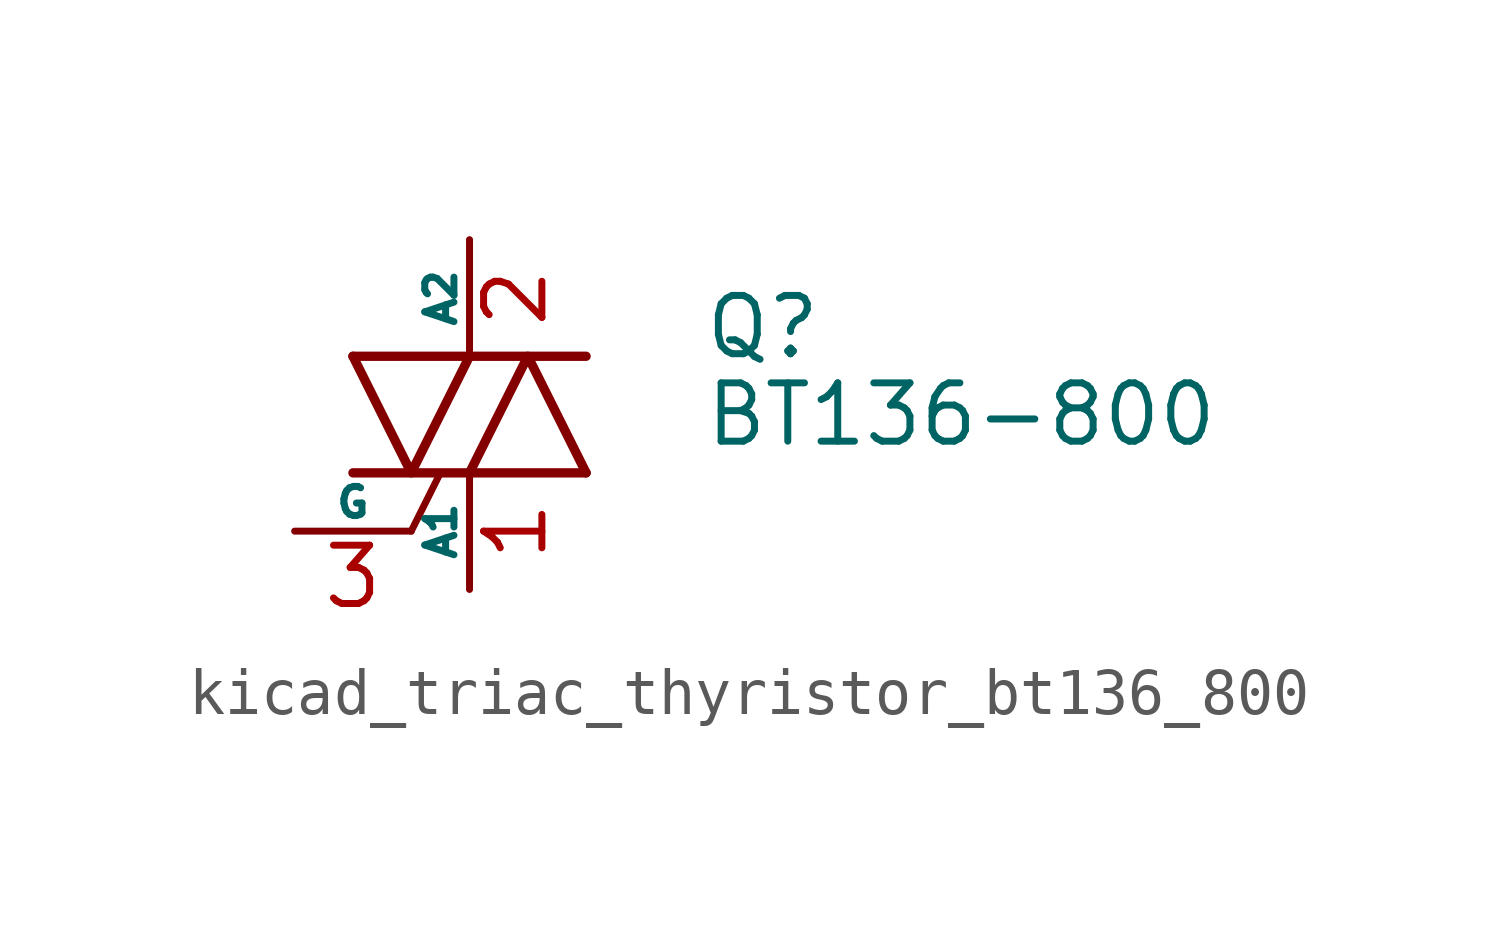
<source format=kicad_sym>
(kicad_symbol_lib
  (version 20220914)
  (generator kicad_symbol_editor)
  (symbol "kicad_triac_thyristor_bt136_800"
    (pin_names
      (offset 0))
    (property "Reference" "Q"
      (at 5.08 1.905 0)
      (effects (font (size 1.27 1.27)) (justify left)))
    (property "Value" "BT136-800"
      (at 5.08 0 0)
      (effects (font (size 1.27 1.27)) (justify left)))
    (symbol "kicad_triac_thyristor_bt136_800_0_1"
      (polyline (pts (xy -2.54 -1.27) (xy 2.54 -1.27)) (stroke (width 0.203) (type default)) (fill (type none)))
      (polyline (pts (xy -2.54 1.27) (xy 2.54 1.27)) (stroke (width 0.203) (type default)) (fill (type none)))
      (polyline (pts (xy -1.27 -2.54) (xy -0.635 -1.27)) (stroke (width 0) (type default)) (fill (type none)))
      (polyline (pts (xy -2.54 1.27) (xy -1.27 -1.27) (xy 0 1.27)) (stroke (width 0.203) (type default)) (fill (type none)))
      (polyline (pts (xy 0 -1.27) (xy 1.27 1.27) (xy 2.54 -1.27)) (stroke (width 0.203) (type default)) (fill (type none))))
    (symbol "kicad_triac_thyristor_bt136_800_1_1"
      (pin passive line (at 0 -3.81 90) (length 2.54) (name "A1" (effects (font (size 0.635 0.635)))) (number "1" (effects (font (size 1.27 1.27)))))
      (pin passive line (at 0 3.81 270) (length 2.54) (name "A2" (effects (font (size 0.635 0.635)))) (number "2" (effects (font (size 1.27 1.27)))))
      (pin input line (at -3.81 -2.54 0) (length 2.54) (name "G" (effects (font (size 0.635 0.635)))) (number "3" (effects (font (size 1.27 1.27))))))))
</source>
